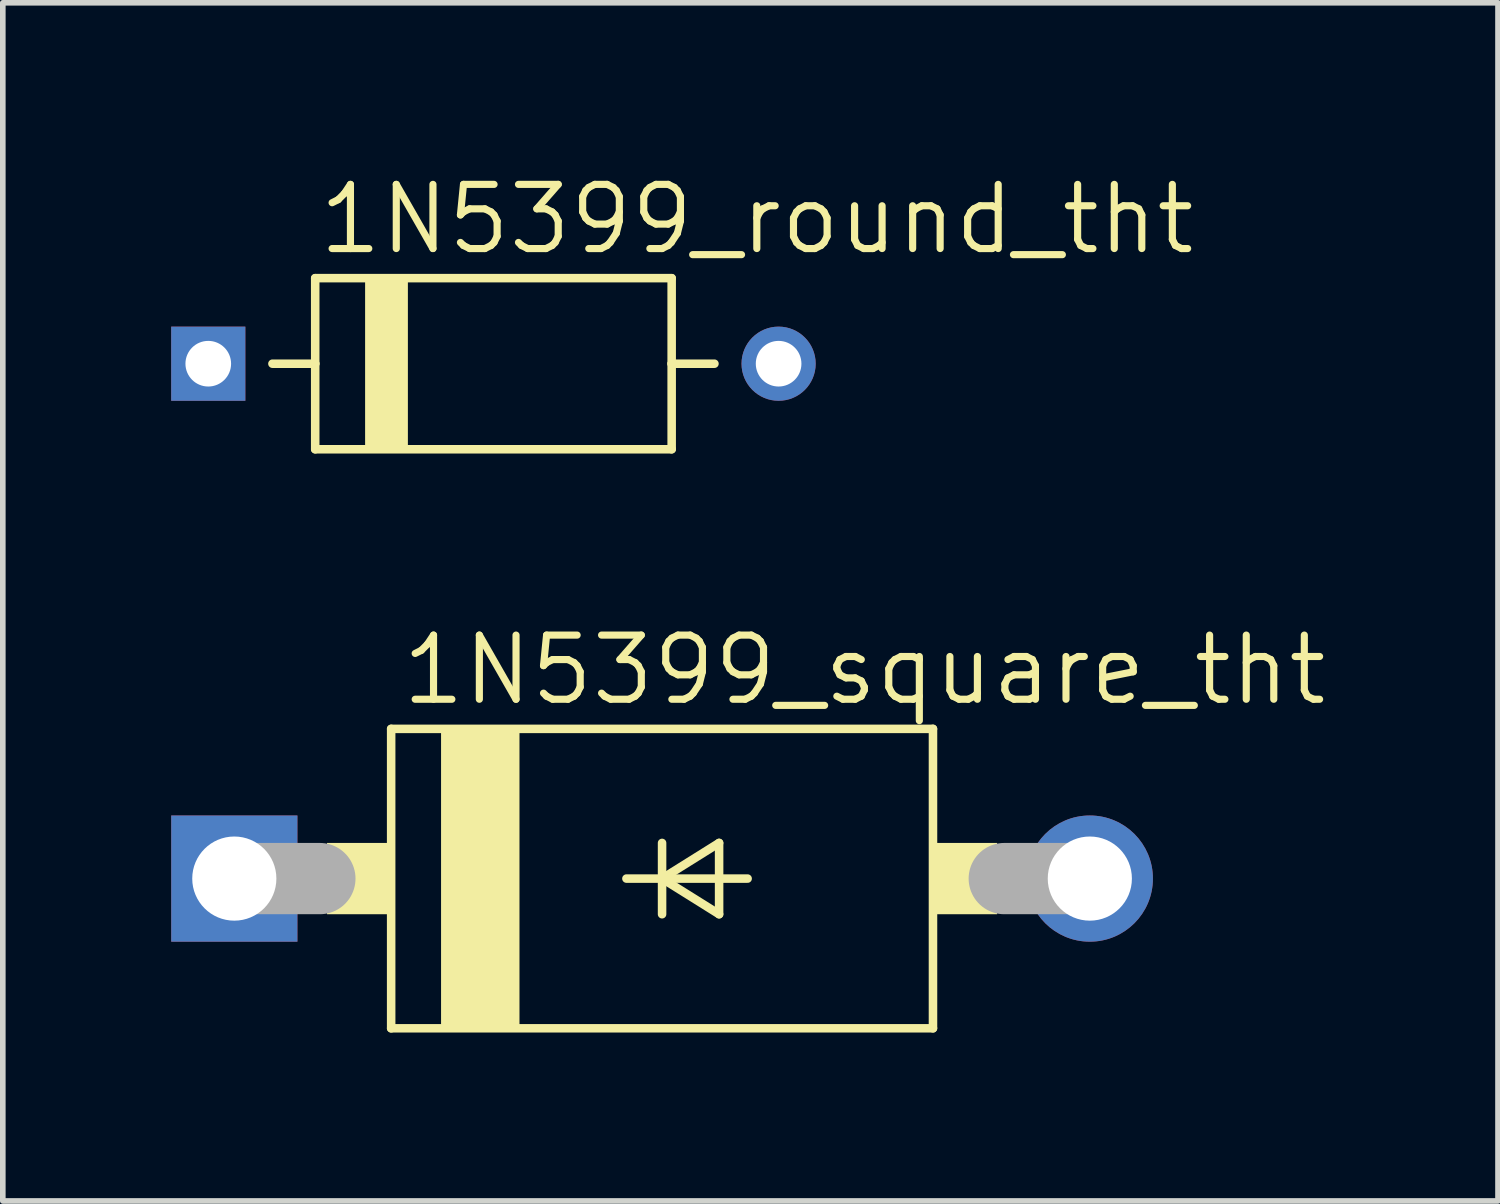
<source format=kicad_pcb>
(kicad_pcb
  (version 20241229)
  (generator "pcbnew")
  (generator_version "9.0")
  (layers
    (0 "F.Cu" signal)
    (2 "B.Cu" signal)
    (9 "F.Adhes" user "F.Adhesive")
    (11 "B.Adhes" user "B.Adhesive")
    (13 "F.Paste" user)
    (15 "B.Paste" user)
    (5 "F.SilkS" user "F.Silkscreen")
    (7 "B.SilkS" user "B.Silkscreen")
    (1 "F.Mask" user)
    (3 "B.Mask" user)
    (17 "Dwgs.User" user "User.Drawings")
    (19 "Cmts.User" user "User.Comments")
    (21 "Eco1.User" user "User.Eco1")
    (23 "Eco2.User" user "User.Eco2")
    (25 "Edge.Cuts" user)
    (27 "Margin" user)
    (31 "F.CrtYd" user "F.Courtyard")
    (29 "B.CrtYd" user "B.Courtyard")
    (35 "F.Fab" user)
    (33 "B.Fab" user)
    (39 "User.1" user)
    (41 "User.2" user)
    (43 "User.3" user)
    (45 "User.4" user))
  (footprint "1N5399_square_tht"
    (layer "F.Cu")
    (at 8.744 12.601)
    (property "Reference" "1N5399_square_tht" (at -4.699 -3.048 0) (layer "F.SilkS") (effects (font (size 1.143 1.143) (thickness 0.127)) (justify left bottom)))
    (fp_line (start -4.826 -2.667) (end -4.826 2.667) (stroke (width 0.152) (type solid)) (layer "F.SilkS"))
    (fp_line (start -4.826 -2.667) (end 4.826 -2.667) (stroke (width 0.152) (type solid)) (layer "F.SilkS"))
    (fp_line (start -0.635 0) (end 0 0) (stroke (width 0.152) (type solid)) (layer "F.SilkS"))
    (fp_line (start 0 -0.635) (end 0 0) (stroke (width 0.152) (type solid)) (layer "F.SilkS"))
    (fp_line (start 0 0) (end 0 0.635) (stroke (width 0.152) (type solid)) (layer "F.SilkS"))
    (fp_line (start 0 0) (end 1.016 -0.635) (stroke (width 0.152) (type solid)) (layer "F.SilkS"))
    (fp_line (start 0 0) (end 1.524 0) (stroke (width 0.152) (type solid)) (layer "F.SilkS"))
    (fp_line (start 1.016 -0.635) (end 1.016 0.635) (stroke (width 0.152) (type solid)) (layer "F.SilkS"))
    (fp_line (start 1.016 0.635) (end 0 0) (stroke (width 0.152) (type solid)) (layer "F.SilkS"))
    (fp_line (start 4.826 2.667) (end -4.826 2.667) (stroke (width 0.152) (type solid)) (layer "F.SilkS"))
    (fp_line (start 4.826 2.667) (end 4.826 -2.667) (stroke (width 0.152) (type solid)) (layer "F.SilkS"))
    (fp_poly (pts (xy -5.969 0.635) (xy -4.826 0.635) (xy -4.826 -0.635) (xy -5.969 -0.635)) (stroke (width 0) (type solid)) (fill yes) (layer "F.SilkS"))
    (fp_poly (pts (xy -3.937 2.667) (xy -2.54 2.667) (xy -2.54 -2.667) (xy -3.937 -2.667)) (stroke (width 0) (type solid)) (fill yes) (layer "F.SilkS"))
    (fp_poly (pts (xy 4.826 0.635) (xy 5.969 0.635) (xy 5.969 -0.635) (xy 4.826 -0.635)) (stroke (width 0) (type solid)) (fill yes) (layer "F.SilkS"))
    (fp_line (start -7.62 0) (end -6.096 0) (stroke (width 1.27) (type solid)) (layer "F.Fab"))
    (fp_line (start 7.62 0) (end 6.096 0) (stroke (width 1.27) (type solid)) (layer "F.Fab"))
    (pad "A" thru_hole circle (at 7.62 0) (size 2.248 2.248) (drill 1.499) (layers "*.Cu" "*.Mask"))
    (pad "C" thru_hole rect (at -7.62 0) (size 2.248 2.248) (drill 1.499) (layers "*.Cu" "*.Mask")))
  (footprint "1N5399_round_tht"
    (layer "F.Cu")
    (at 5.74 3.429)
    (property "Reference" "1N5399_round_tht" (at -3.175 -1.905 0) (layer "F.SilkS") (effects (font (size 1.143 1.143) (thickness 0.127)) (justify left bottom)))
    (fp_line (start -3.175 -1.524) (end -3.175 0) (stroke (width 0.152) (type solid)) (layer "F.SilkS"))
    (fp_line (start -3.175 0) (end -3.937 0) (stroke (width 0.152) (type solid)) (layer "F.SilkS"))
    (fp_line (start -3.175 0) (end -3.175 1.524) (stroke (width 0.152) (type solid)) (layer "F.SilkS"))
    (fp_line (start -3.175 1.524) (end 3.175 1.524) (stroke (width 0.152) (type solid)) (layer "F.SilkS"))
    (fp_line (start 3.175 -1.524) (end -3.175 -1.524) (stroke (width 0.152) (type solid)) (layer "F.SilkS"))
    (fp_line (start 3.175 0) (end 3.175 -1.524) (stroke (width 0.152) (type solid)) (layer "F.SilkS"))
    (fp_line (start 3.175 1.524) (end 3.175 0) (stroke (width 0.152) (type solid)) (layer "F.SilkS"))
    (fp_line (start 3.937 0) (end 3.175 0) (stroke (width 0.152) (type solid)) (layer "F.SilkS"))
    (fp_poly (pts (xy -2.286 1.524) (xy -1.524 1.524) (xy -1.524 -1.524) (xy -2.286 -1.524)) (stroke (width 0) (type solid)) (fill yes) (layer "F.SilkS"))
    (pad "A" thru_hole circle (at 5.08 0) (size 1.321 1.321) (drill 0.813) (layers "*.Cu" "*.Mask"))
    (pad "C" thru_hole rect (at -5.08 0) (size 1.321 1.321) (drill 0.813) (layers "*.Cu" "*.Mask")))
  (gr_rect
    (start -3 -3)
    (end 23.635 18.344)
    (stroke (width 0.1) (type default))
    (fill no)
    (layer "Edge.Cuts")))
</source>
